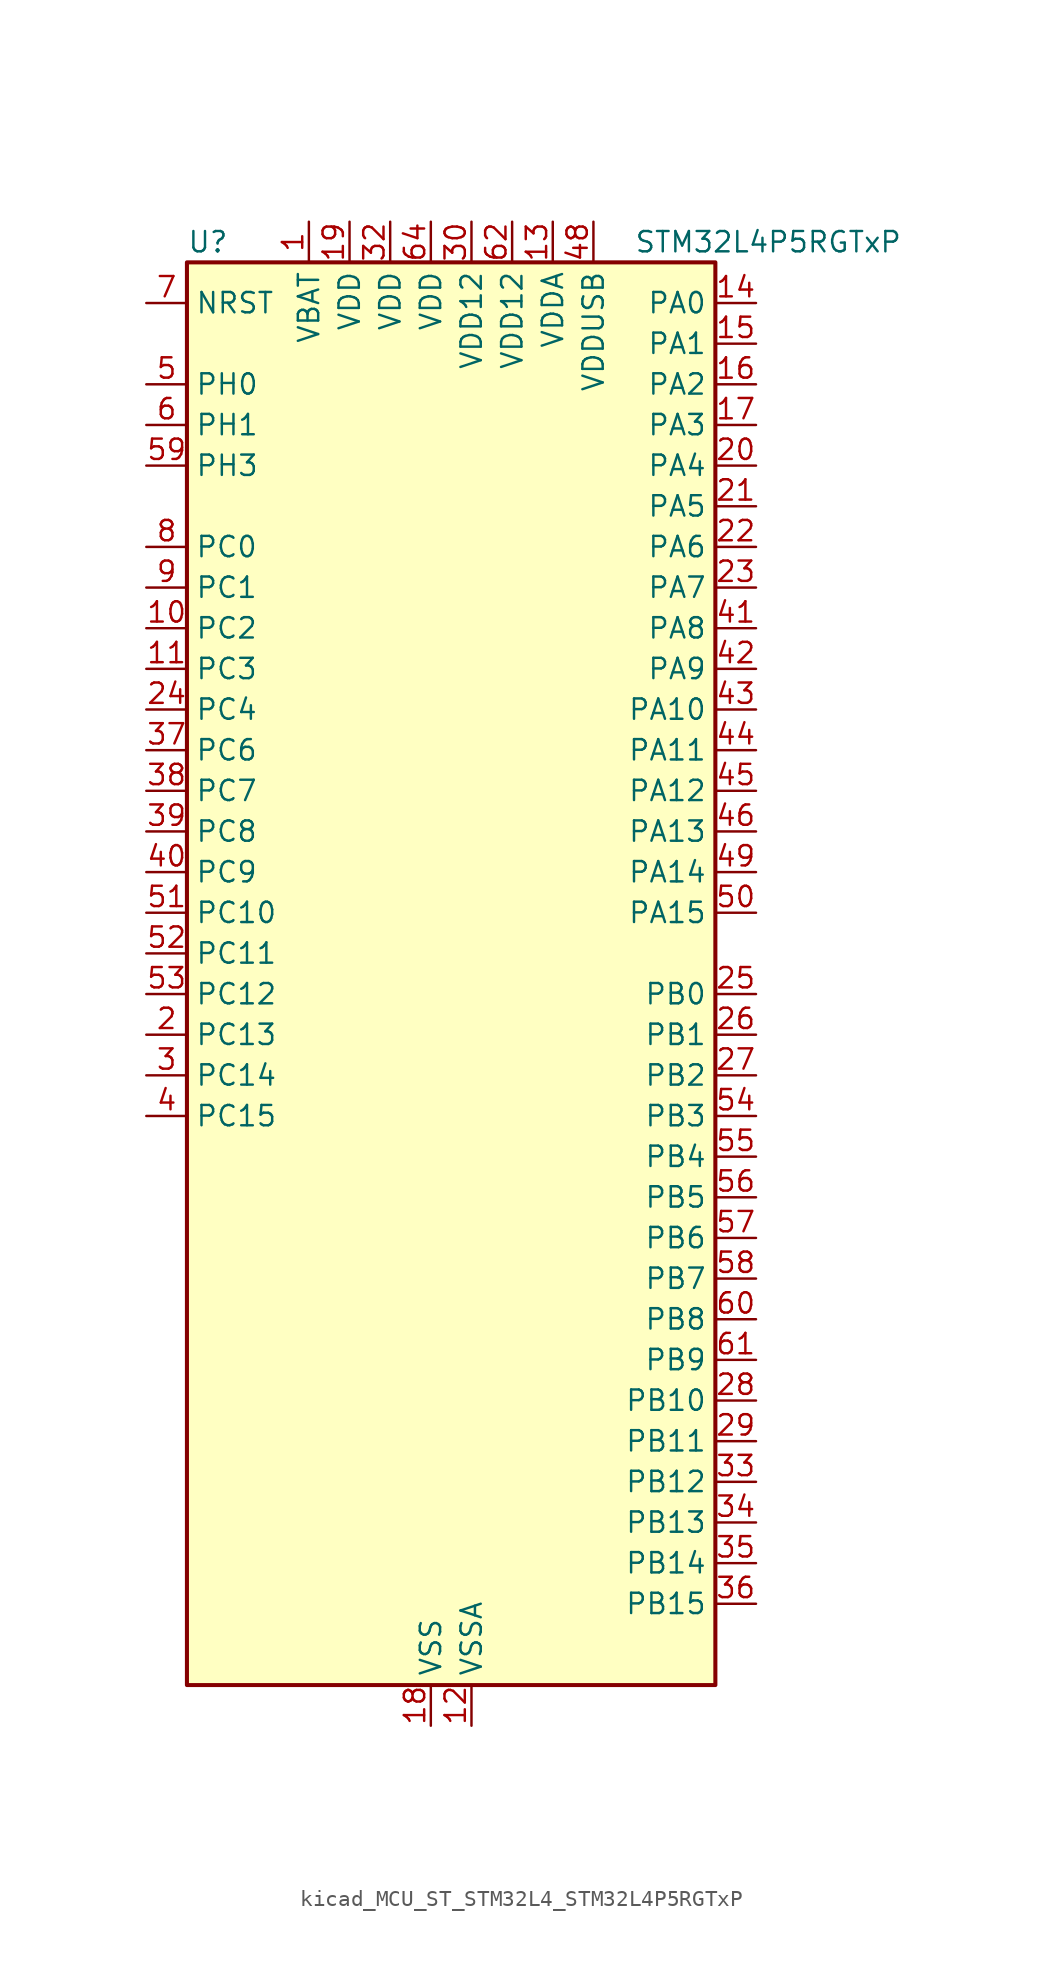
<source format=kicad_sym>
(kicad_symbol_lib
  (version 20220914)
  (generator kicad_symbol_editor)
  (symbol "kicad_MCU_ST_STM32L4_STM32L4P5RGTxP"
    (property "Reference" "U"
      (at -15.24 46.99 0)
      (effects (font (size 1.27 1.27)) (justify left)))
    (property "Value" "STM32L4P5RGTxP"
      (at 12.7 46.99 0)
      (effects (font (size 1.27 1.27)) (justify left)))
    (property "ki_locked" ""
      (at 0 0 0)
      (effects (font (size 1.27 1.27))))
    (symbol "kicad_MCU_ST_STM32L4_STM32L4P5RGTxP_0_1"
      (rectangle (start -15.24 -43.18) (end 17.78 45.72) (stroke (width 0.254) (type default)) (fill (type background))))
    (symbol "kicad_MCU_ST_STM32L4_STM32L4P5RGTxP_1_1"
      (pin power_in line (at -7.62 48.26 270) (length 2.54) (name "VBAT" (effects (font (size 1.27 1.27)))) (number "1" (effects (font (size 1.27 1.27)))))
      (pin bidirectional line (at -17.78 22.86 0) (length 2.54) (name "PC2" (effects (font (size 1.27 1.27)))) (number "10" (effects (font (size 1.27 1.27)))) (alternate "ADC1_IN3" bidirectional line) (alternate "ADC2_IN3" bidirectional line) (alternate "DFSDM1_CKOUT" bidirectional line) (alternate "LPTIM1_IN2" bidirectional line) (alternate "LTDC_HSYNC" bidirectional line) (alternate "OCTOSPIM_P1_IO5" bidirectional line) (alternate "SPI2_MISO" bidirectional line))
      (pin bidirectional line (at -17.78 20.32 0) (length 2.54) (name "PC3" (effects (font (size 1.27 1.27)))) (number "11" (effects (font (size 1.27 1.27)))) (alternate "ADC1_IN4" bidirectional line) (alternate "ADC2_IN4" bidirectional line) (alternate "LPTIM1_ETR" bidirectional line) (alternate "LPTIM2_ETR" bidirectional line) (alternate "OCTOSPIM_P1_IO6" bidirectional line) (alternate "SAI1_D1" bidirectional line) (alternate "SAI1_SD_A" bidirectional line) (alternate "SPI2_MOSI" bidirectional line))
      (pin power_in line (at 2.54 -45.72 90) (length 2.54) (name "VSSA" (effects (font (size 1.27 1.27)))) (number "12" (effects (font (size 1.27 1.27)))))
      (pin power_in line (at 7.62 48.26 270) (length 2.54) (name "VDDA" (effects (font (size 1.27 1.27)))) (number "13" (effects (font (size 1.27 1.27)))))
      (pin bidirectional line (at 20.32 43.18 180) (length 2.54) (name "PA0" (effects (font (size 1.27 1.27)))) (number "14" (effects (font (size 1.27 1.27)))) (alternate "ADC1_IN5" bidirectional line) (alternate "ADC2_IN5" bidirectional line) (alternate "OPAMP1_VINP" bidirectional line) (alternate "RTC_TAMP2" bidirectional line) (alternate "SAI1_EXTCLK" bidirectional line) (alternate "SYS_WKUP1" bidirectional line) (alternate "TIM2_CH1" bidirectional line) (alternate "TIM2_ETR" bidirectional line) (alternate "TIM5_CH1" bidirectional line) (alternate "TIM8_ETR" bidirectional line) (alternate "UART4_TX" bidirectional line) (alternate "USART2_CTS" bidirectional line) (alternate "USART2_NSS" bidirectional line))
      (pin bidirectional line (at 20.32 40.64 180) (length 2.54) (name "PA1" (effects (font (size 1.27 1.27)))) (number "15" (effects (font (size 1.27 1.27)))) (alternate "ADC1_IN6" bidirectional line) (alternate "ADC2_IN6" bidirectional line) (alternate "I2C1_SMBA" bidirectional line) (alternate "OCTOSPIM_P1_DQS" bidirectional line) (alternate "OPAMP1_VINM" bidirectional line) (alternate "SDMMC2_CMD" bidirectional line) (alternate "SPI1_SCK" bidirectional line) (alternate "TIM15_CH1N" bidirectional line) (alternate "TIM2_CH2" bidirectional line) (alternate "TIM5_CH2" bidirectional line) (alternate "UART4_RX" bidirectional line) (alternate "USART2_DE" bidirectional line) (alternate "USART2_RTS" bidirectional line))
      (pin bidirectional line (at 20.32 38.1 180) (length 2.54) (name "PA2" (effects (font (size 1.27 1.27)))) (number "16" (effects (font (size 1.27 1.27)))) (alternate "ADC1_IN7" bidirectional line) (alternate "ADC2_IN7" bidirectional line) (alternate "LPUART1_TX" bidirectional line) (alternate "OCTOSPIM_P1_NCS" bidirectional line) (alternate "RCC_LSCO" bidirectional line) (alternate "SAI2_EXTCLK" bidirectional line) (alternate "SYS_WKUP4" bidirectional line) (alternate "TIM15_CH1" bidirectional line) (alternate "TIM2_CH3" bidirectional line) (alternate "TIM5_CH3" bidirectional line) (alternate "USART2_TX" bidirectional line))
      (pin bidirectional line (at 20.32 35.56 180) (length 2.54) (name "PA3" (effects (font (size 1.27 1.27)))) (number "17" (effects (font (size 1.27 1.27)))) (alternate "ADC1_IN8" bidirectional line) (alternate "ADC2_IN8" bidirectional line) (alternate "LPUART1_RX" bidirectional line) (alternate "OCTOSPIM_P1_CLK" bidirectional line) (alternate "OPAMP1_VOUT" bidirectional line) (alternate "SAI1_CK1" bidirectional line) (alternate "SAI1_MCLK_A" bidirectional line) (alternate "TIM15_CH2" bidirectional line) (alternate "TIM2_CH4" bidirectional line) (alternate "TIM5_CH4" bidirectional line) (alternate "USART2_RX" bidirectional line))
      (pin power_in line (at 0 -45.72 90) (length 2.54) (name "VSS" (effects (font (size 1.27 1.27)))) (number "18" (effects (font (size 1.27 1.27)))))
      (pin power_in line (at -5.08 48.26 270) (length 2.54) (name "VDD" (effects (font (size 1.27 1.27)))) (number "19" (effects (font (size 1.27 1.27)))))
      (pin bidirectional line (at -17.78 -2.54 0) (length 2.54) (name "PC13" (effects (font (size 1.27 1.27)))) (number "2" (effects (font (size 1.27 1.27)))) (alternate "RTC_OUT1" bidirectional line) (alternate "RTC_TAMP1" bidirectional line) (alternate "RTC_TS" bidirectional line) (alternate "SYS_WKUP2" bidirectional line))
      (pin bidirectional line (at 20.32 33.02 180) (length 2.54) (name "PA4" (effects (font (size 1.27 1.27)))) (number "20" (effects (font (size 1.27 1.27)))) (alternate "ADC1_IN9" bidirectional line) (alternate "ADC2_IN9" bidirectional line) (alternate "DAC1_OUT1" bidirectional line) (alternate "DCMI_HSYNC" bidirectional line) (alternate "LPTIM2_OUT" bidirectional line) (alternate "LTDC_CLK" bidirectional line) (alternate "OCTOSPIM_P1_NCS" bidirectional line) (alternate "PSSI_DE" bidirectional line) (alternate "SAI1_FS_B" bidirectional line) (alternate "SPI1_NSS" bidirectional line) (alternate "SPI3_NSS" bidirectional line) (alternate "USART2_CK" bidirectional line))
      (pin bidirectional line (at 20.32 30.48 180) (length 2.54) (name "PA5" (effects (font (size 1.27 1.27)))) (number "21" (effects (font (size 1.27 1.27)))) (alternate "ADC1_IN10" bidirectional line) (alternate "ADC2_IN10" bidirectional line) (alternate "DAC1_OUT2" bidirectional line) (alternate "LPTIM2_ETR" bidirectional line) (alternate "LTDC_R7" bidirectional line) (alternate "PSSI_D14" bidirectional line) (alternate "SPI1_SCK" bidirectional line) (alternate "TIM2_CH1" bidirectional line) (alternate "TIM2_ETR" bidirectional line) (alternate "TIM8_CH1N" bidirectional line))
      (pin bidirectional line (at 20.32 27.94 180) (length 2.54) (name "PA6" (effects (font (size 1.27 1.27)))) (number "22" (effects (font (size 1.27 1.27)))) (alternate "ADC1_IN11" bidirectional line) (alternate "ADC2_IN11" bidirectional line) (alternate "DCMI_PIXCLK" bidirectional line) (alternate "LPUART1_CTS" bidirectional line) (alternate "OCTOSPIM_P1_IO3" bidirectional line) (alternate "OPAMP2_VINP" bidirectional line) (alternate "PSSI_PDCK" bidirectional line) (alternate "SPI1_MISO" bidirectional line) (alternate "TIM16_CH1" bidirectional line) (alternate "TIM1_BKIN" bidirectional line) (alternate "TIM3_CH1" bidirectional line) (alternate "TIM8_BKIN" bidirectional line) (alternate "USART3_CTS" bidirectional line) (alternate "USART3_NSS" bidirectional line))
      (pin bidirectional line (at 20.32 25.4 180) (length 2.54) (name "PA7" (effects (font (size 1.27 1.27)))) (number "23" (effects (font (size 1.27 1.27)))) (alternate "ADC1_IN12" bidirectional line) (alternate "ADC2_IN12" bidirectional line) (alternate "I2C3_SCL" bidirectional line) (alternate "OCTOSPIM_P1_IO2" bidirectional line) (alternate "OPAMP2_VINM" bidirectional line) (alternate "SPI1_MOSI" bidirectional line) (alternate "TIM17_CH1" bidirectional line) (alternate "TIM1_CH1N" bidirectional line) (alternate "TIM3_CH2" bidirectional line) (alternate "TIM8_CH1N" bidirectional line))
      (pin bidirectional line (at -17.78 17.78 0) (length 2.54) (name "PC4" (effects (font (size 1.27 1.27)))) (number "24" (effects (font (size 1.27 1.27)))) (alternate "ADC1_IN13" bidirectional line) (alternate "ADC2_IN13" bidirectional line) (alternate "COMP1_INM" bidirectional line) (alternate "OCTOSPIM_P1_IO7" bidirectional line) (alternate "OCTOSPIM_P2_NCS" bidirectional line) (alternate "USART3_TX" bidirectional line))
      (pin bidirectional line (at 20.32 0 180) (length 2.54) (name "PB0" (effects (font (size 1.27 1.27)))) (number "25" (effects (font (size 1.27 1.27)))) (alternate "ADC1_IN15" bidirectional line) (alternate "ADC2_IN15" bidirectional line) (alternate "COMP1_OUT" bidirectional line) (alternate "LTDC_B6" bidirectional line) (alternate "OCTOSPIM_P1_IO1" bidirectional line) (alternate "OPAMP2_VOUT" bidirectional line) (alternate "SAI1_EXTCLK" bidirectional line) (alternate "SPI1_NSS" bidirectional line) (alternate "TIM1_CH2N" bidirectional line) (alternate "TIM3_CH3" bidirectional line) (alternate "TIM8_CH2N" bidirectional line) (alternate "USART3_CK" bidirectional line))
      (pin bidirectional line (at 20.32 -2.54 180) (length 2.54) (name "PB1" (effects (font (size 1.27 1.27)))) (number "26" (effects (font (size 1.27 1.27)))) (alternate "ADC1_IN16" bidirectional line) (alternate "ADC2_IN16" bidirectional line) (alternate "COMP1_INM" bidirectional line) (alternate "DFSDM1_DATIN0" bidirectional line) (alternate "LPTIM2_IN1" bidirectional line) (alternate "LPUART1_DE" bidirectional line) (alternate "LPUART1_RTS" bidirectional line) (alternate "LTDC_G6" bidirectional line) (alternate "OCTOSPIM_P1_IO0" bidirectional line) (alternate "TIM1_CH3N" bidirectional line) (alternate "TIM3_CH4" bidirectional line) (alternate "TIM8_CH3N" bidirectional line) (alternate "USART3_DE" bidirectional line) (alternate "USART3_RTS" bidirectional line))
      (pin bidirectional line (at 20.32 -5.08 180) (length 2.54) (name "PB2" (effects (font (size 1.27 1.27)))) (number "27" (effects (font (size 1.27 1.27)))) (alternate "COMP1_INP" bidirectional line) (alternate "DFSDM1_CKIN0" bidirectional line) (alternate "I2C3_SMBA" bidirectional line) (alternate "LPTIM1_OUT" bidirectional line) (alternate "OCTOSPIM_P1_DQS" bidirectional line) (alternate "RTC_OUT2" bidirectional line))
      (pin bidirectional line (at 20.32 -25.4 180) (length 2.54) (name "PB10" (effects (font (size 1.27 1.27)))) (number "28" (effects (font (size 1.27 1.27)))) (alternate "COMP1_OUT" bidirectional line) (alternate "I2C2_SCL" bidirectional line) (alternate "I2C4_SCL" bidirectional line) (alternate "LPUART1_RX" bidirectional line) (alternate "OCTOSPIM_P1_CLK" bidirectional line) (alternate "OCTOSPIM_P1_IO3" bidirectional line) (alternate "SAI1_SCK_A" bidirectional line) (alternate "SPI2_SCK" bidirectional line) (alternate "TIM2_CH3" bidirectional line) (alternate "TSC_SYNC" bidirectional line) (alternate "USART3_TX" bidirectional line))
      (pin bidirectional line (at 20.32 -27.94 180) (length 2.54) (name "PB11" (effects (font (size 1.27 1.27)))) (number "29" (effects (font (size 1.27 1.27)))) (alternate "ADC1_EXTI11" bidirectional line) (alternate "ADC2_EXTI11" bidirectional line) (alternate "COMP2_OUT" bidirectional line) (alternate "I2C2_SDA" bidirectional line) (alternate "I2C4_SDA" bidirectional line) (alternate "LPUART1_TX" bidirectional line) (alternate "LTDC_VSYNC" bidirectional line) (alternate "OCTOSPIM_P1_NCS" bidirectional line) (alternate "TIM2_CH4" bidirectional line) (alternate "USART3_RX" bidirectional line))
      (pin bidirectional line (at -17.78 -5.08 0) (length 2.54) (name "PC14" (effects (font (size 1.27 1.27)))) (number "3" (effects (font (size 1.27 1.27)))) (alternate "RCC_OSC32_IN" bidirectional line))
      (pin power_in line (at 2.54 48.26 270) (length 2.54) (name "VDD12" (effects (font (size 1.27 1.27)))) (number "30" (effects (font (size 1.27 1.27)))))
      (pin passive line (at 0 -45.72 90) (length 2.54) hide (name "VSS" (effects (font (size 1.27 1.27)))) (number "31" (effects (font (size 1.27 1.27)))))
      (pin power_in line (at -2.54 48.26 270) (length 2.54) (name "VDD" (effects (font (size 1.27 1.27)))) (number "32" (effects (font (size 1.27 1.27)))))
      (pin bidirectional line (at 20.32 -30.48 180) (length 2.54) (name "PB12" (effects (font (size 1.27 1.27)))) (number "33" (effects (font (size 1.27 1.27)))) (alternate "DFSDM1_DATIN1" bidirectional line) (alternate "I2C2_SMBA" bidirectional line) (alternate "LPUART1_DE" bidirectional line) (alternate "LPUART1_RTS" bidirectional line) (alternate "OCTOSPIM_P1_NCLK" bidirectional line) (alternate "SAI2_FS_A" bidirectional line) (alternate "SDMMC2_CK" bidirectional line) (alternate "SPI2_NSS" bidirectional line) (alternate "TIM15_BKIN" bidirectional line) (alternate "TIM1_BKIN" bidirectional line) (alternate "TSC_G1_IO1" bidirectional line) (alternate "USART3_CK" bidirectional line))
      (pin bidirectional line (at 20.32 -33.02 180) (length 2.54) (name "PB13" (effects (font (size 1.27 1.27)))) (number "34" (effects (font (size 1.27 1.27)))) (alternate "DFSDM1_CKIN1" bidirectional line) (alternate "I2C2_SCL" bidirectional line) (alternate "LPUART1_CTS" bidirectional line) (alternate "OCTOSPIM_P1_IO1" bidirectional line) (alternate "SAI2_SCK_A" bidirectional line) (alternate "SPI2_SCK" bidirectional line) (alternate "TIM15_CH1N" bidirectional line) (alternate "TIM1_CH1N" bidirectional line) (alternate "TSC_G1_IO2" bidirectional line) (alternate "USART3_CTS" bidirectional line) (alternate "USART3_NSS" bidirectional line))
      (pin bidirectional line (at 20.32 -35.56 180) (length 2.54) (name "PB14" (effects (font (size 1.27 1.27)))) (number "35" (effects (font (size 1.27 1.27)))) (alternate "DFSDM1_DATIN2" bidirectional line) (alternate "I2C2_SDA" bidirectional line) (alternate "OCTOSPIM_P1_IO6" bidirectional line) (alternate "SAI2_MCLK_A" bidirectional line) (alternate "SDMMC2_D0" bidirectional line) (alternate "SPI2_MISO" bidirectional line) (alternate "TIM15_CH1" bidirectional line) (alternate "TIM1_CH2N" bidirectional line) (alternate "TIM8_CH2N" bidirectional line) (alternate "TSC_G1_IO3" bidirectional line) (alternate "USART3_DE" bidirectional line) (alternate "USART3_RTS" bidirectional line))
      (pin bidirectional line (at 20.32 -38.1 180) (length 2.54) (name "PB15" (effects (font (size 1.27 1.27)))) (number "36" (effects (font (size 1.27 1.27)))) (alternate "ADC1_EXTI15" bidirectional line) (alternate "ADC2_EXTI15" bidirectional line) (alternate "DFSDM1_CKIN2" bidirectional line) (alternate "OCTOSPIM_P1_IO7" bidirectional line) (alternate "RTC_REFIN" bidirectional line) (alternate "SAI2_SD_A" bidirectional line) (alternate "SDMMC2_D1" bidirectional line) (alternate "SPI2_MOSI" bidirectional line) (alternate "TIM15_CH2" bidirectional line) (alternate "TIM1_CH3N" bidirectional line) (alternate "TIM8_CH3N" bidirectional line) (alternate "TSC_G1_IO4" bidirectional line))
      (pin bidirectional line (at -17.78 15.24 0) (length 2.54) (name "PC6" (effects (font (size 1.27 1.27)))) (number "37" (effects (font (size 1.27 1.27)))) (alternate "DCMI_D0" bidirectional line) (alternate "DFSDM1_CKIN3" bidirectional line) (alternate "LTDC_G7" bidirectional line) (alternate "PSSI_D0" bidirectional line) (alternate "SAI2_MCLK_A" bidirectional line) (alternate "SDMMC1_D0DIR" bidirectional line) (alternate "SDMMC1_D6" bidirectional line) (alternate "SDMMC2_D6" bidirectional line) (alternate "TIM3_CH1" bidirectional line) (alternate "TIM8_CH1" bidirectional line) (alternate "TSC_G4_IO1" bidirectional line))
      (pin bidirectional line (at -17.78 12.7 0) (length 2.54) (name "PC7" (effects (font (size 1.27 1.27)))) (number "38" (effects (font (size 1.27 1.27)))) (alternate "DCMI_D1" bidirectional line) (alternate "DFSDM1_DATIN3" bidirectional line) (alternate "LTDC_B6" bidirectional line) (alternate "PSSI_D1" bidirectional line) (alternate "SAI2_MCLK_B" bidirectional line) (alternate "SDMMC1_D123DIR" bidirectional line) (alternate "SDMMC1_D7" bidirectional line) (alternate "SDMMC2_D7" bidirectional line) (alternate "TIM3_CH2" bidirectional line) (alternate "TIM8_CH2" bidirectional line) (alternate "TSC_G4_IO2" bidirectional line))
      (pin bidirectional line (at -17.78 10.16 0) (length 2.54) (name "PC8" (effects (font (size 1.27 1.27)))) (number "39" (effects (font (size 1.27 1.27)))) (alternate "DCMI_D2" bidirectional line) (alternate "PSSI_D2" bidirectional line) (alternate "SDMMC1_D0" bidirectional line) (alternate "TIM3_CH3" bidirectional line) (alternate "TIM8_CH3" bidirectional line) (alternate "TSC_G4_IO3" bidirectional line))
      (pin bidirectional line (at -17.78 -7.62 0) (length 2.54) (name "PC15" (effects (font (size 1.27 1.27)))) (number "4" (effects (font (size 1.27 1.27)))) (alternate "ADC1_EXTI15" bidirectional line) (alternate "ADC2_EXTI15" bidirectional line) (alternate "RCC_OSC32_OUT" bidirectional line))
      (pin bidirectional line (at -17.78 7.62 0) (length 2.54) (name "PC9" (effects (font (size 1.27 1.27)))) (number "40" (effects (font (size 1.27 1.27)))) (alternate "DAC1_EXTI9" bidirectional line) (alternate "DCMI_D3" bidirectional line) (alternate "I2C3_SDA" bidirectional line) (alternate "PSSI_D3" bidirectional line) (alternate "SAI2_EXTCLK" bidirectional line) (alternate "SDMMC1_D1" bidirectional line) (alternate "SYS_TRACED0" bidirectional line) (alternate "TIM3_CH4" bidirectional line) (alternate "TIM8_BKIN2" bidirectional line) (alternate "TIM8_CH4" bidirectional line) (alternate "TSC_G4_IO4" bidirectional line) (alternate "USB_OTG_FS_NOE" bidirectional line))
      (pin bidirectional line (at 20.32 22.86 180) (length 2.54) (name "PA8" (effects (font (size 1.27 1.27)))) (number "41" (effects (font (size 1.27 1.27)))) (alternate "LPTIM2_OUT" bidirectional line) (alternate "LTDC_B7" bidirectional line) (alternate "RCC_MCO" bidirectional line) (alternate "SAI1_CK2" bidirectional line) (alternate "SAI1_SCK_A" bidirectional line) (alternate "TIM1_CH1" bidirectional line) (alternate "USART1_CK" bidirectional line) (alternate "USB_OTG_FS_SOF" bidirectional line))
      (pin bidirectional line (at 20.32 20.32 180) (length 2.54) (name "PA9" (effects (font (size 1.27 1.27)))) (number "42" (effects (font (size 1.27 1.27)))) (alternate "DAC1_EXTI9" bidirectional line) (alternate "DCMI_D0" bidirectional line) (alternate "LTDC_G7" bidirectional line) (alternate "PSSI_D0" bidirectional line) (alternate "SAI1_FS_A" bidirectional line) (alternate "SPI2_SCK" bidirectional line) (alternate "TIM15_BKIN" bidirectional line) (alternate "TIM1_CH2" bidirectional line) (alternate "USART1_TX" bidirectional line) (alternate "USB_OTG_FS_VBUS" bidirectional line))
      (pin bidirectional line (at 20.32 17.78 180) (length 2.54) (name "PA10" (effects (font (size 1.27 1.27)))) (number "43" (effects (font (size 1.27 1.27)))) (alternate "DCMI_D1" bidirectional line) (alternate "LTDC_G6" bidirectional line) (alternate "PSSI_D1" bidirectional line) (alternate "SAI1_D1" bidirectional line) (alternate "SAI1_SD_A" bidirectional line) (alternate "TIM17_BKIN" bidirectional line) (alternate "TIM1_CH3" bidirectional line) (alternate "USART1_RX" bidirectional line) (alternate "USB_OTG_FS_ID" bidirectional line))
      (pin bidirectional line (at 20.32 15.24 180) (length 2.54) (name "PA11" (effects (font (size 1.27 1.27)))) (number "44" (effects (font (size 1.27 1.27)))) (alternate "ADC1_EXTI11" bidirectional line) (alternate "ADC2_EXTI11" bidirectional line) (alternate "CAN1_RX" bidirectional line) (alternate "LTDC_DE" bidirectional line) (alternate "SPI1_MISO" bidirectional line) (alternate "TIM1_BKIN2" bidirectional line) (alternate "TIM1_CH4" bidirectional line) (alternate "USART1_CTS" bidirectional line) (alternate "USART1_NSS" bidirectional line) (alternate "USB_OTG_FS_DM" bidirectional line))
      (pin bidirectional line (at 20.32 12.7 180) (length 2.54) (name "PA12" (effects (font (size 1.27 1.27)))) (number "45" (effects (font (size 1.27 1.27)))) (alternate "CAN1_TX" bidirectional line) (alternate "LTDC_VSYNC" bidirectional line) (alternate "OCTOSPIM_P2_NCS" bidirectional line) (alternate "SPI1_MOSI" bidirectional line) (alternate "TIM1_ETR" bidirectional line) (alternate "USART1_DE" bidirectional line) (alternate "USART1_RTS" bidirectional line) (alternate "USB_OTG_FS_DP" bidirectional line))
      (pin bidirectional line (at 20.32 10.16 180) (length 2.54) (name "PA13" (effects (font (size 1.27 1.27)))) (number "46" (effects (font (size 1.27 1.27)))) (alternate "IR_OUT" bidirectional line) (alternate "SAI1_SD_B" bidirectional line) (alternate "SYS_JTMS-SWDIO" bidirectional line) (alternate "USB_OTG_FS_NOE" bidirectional line))
      (pin passive line (at 0 -45.72 90) (length 2.54) hide (name "VSS" (effects (font (size 1.27 1.27)))) (number "47" (effects (font (size 1.27 1.27)))))
      (pin power_in line (at 10.16 48.26 270) (length 2.54) (name "VDDUSB" (effects (font (size 1.27 1.27)))) (number "48" (effects (font (size 1.27 1.27)))))
      (pin bidirectional line (at 20.32 7.62 180) (length 2.54) (name "PA14" (effects (font (size 1.27 1.27)))) (number "49" (effects (font (size 1.27 1.27)))) (alternate "I2C1_SMBA" bidirectional line) (alternate "I2C4_SMBA" bidirectional line) (alternate "LPTIM1_OUT" bidirectional line) (alternate "SAI1_FS_B" bidirectional line) (alternate "SYS_JTCK-SWCLK" bidirectional line) (alternate "USB_OTG_FS_SOF" bidirectional line))
      (pin bidirectional line (at -17.78 38.1 0) (length 2.54) (name "PH0" (effects (font (size 1.27 1.27)))) (number "5" (effects (font (size 1.27 1.27)))) (alternate "RCC_OSC_IN" bidirectional line))
      (pin bidirectional line (at 20.32 5.08 180) (length 2.54) (name "PA15" (effects (font (size 1.27 1.27)))) (number "50" (effects (font (size 1.27 1.27)))) (alternate "ADC1_EXTI15" bidirectional line) (alternate "ADC2_EXTI15" bidirectional line) (alternate "LTDC_HSYNC" bidirectional line) (alternate "SAI2_FS_B" bidirectional line) (alternate "SPI1_NSS" bidirectional line) (alternate "SPI3_NSS" bidirectional line) (alternate "SYS_JTDI" bidirectional line) (alternate "TIM2_CH1" bidirectional line) (alternate "TIM2_ETR" bidirectional line) (alternate "TSC_G3_IO1" bidirectional line) (alternate "UART4_DE" bidirectional line) (alternate "UART4_RTS" bidirectional line) (alternate "USART2_RX" bidirectional line) (alternate "USART3_DE" bidirectional line) (alternate "USART3_RTS" bidirectional line))
      (pin bidirectional line (at -17.78 5.08 0) (length 2.54) (name "PC10" (effects (font (size 1.27 1.27)))) (number "51" (effects (font (size 1.27 1.27)))) (alternate "DCMI_D8" bidirectional line) (alternate "DCMI_VSYNC" bidirectional line) (alternate "PSSI_D8" bidirectional line) (alternate "PSSI_RDY" bidirectional line) (alternate "SAI2_SCK_B" bidirectional line) (alternate "SDMMC1_D2" bidirectional line) (alternate "SPI3_SCK" bidirectional line) (alternate "SYS_TRACED1" bidirectional line) (alternate "TSC_G3_IO2" bidirectional line) (alternate "UART4_TX" bidirectional line) (alternate "USART3_TX" bidirectional line))
      (pin bidirectional line (at -17.78 2.54 0) (length 2.54) (name "PC11" (effects (font (size 1.27 1.27)))) (number "52" (effects (font (size 1.27 1.27)))) (alternate "ADC1_EXTI11" bidirectional line) (alternate "ADC2_EXTI11" bidirectional line) (alternate "DCMI_D2" bidirectional line) (alternate "DCMI_D4" bidirectional line) (alternate "OCTOSPIM_P1_NCS" bidirectional line) (alternate "PSSI_D2" bidirectional line) (alternate "PSSI_D4" bidirectional line) (alternate "SAI2_MCLK_B" bidirectional line) (alternate "SDMMC1_D3" bidirectional line) (alternate "SPI3_MISO" bidirectional line) (alternate "TSC_G3_IO3" bidirectional line) (alternate "UART4_RX" bidirectional line) (alternate "USART3_RX" bidirectional line))
      (pin bidirectional line (at -17.78 0 0) (length 2.54) (name "PC12" (effects (font (size 1.27 1.27)))) (number "53" (effects (font (size 1.27 1.27)))) (alternate "DCMI_D9" bidirectional line) (alternate "LTDC_R6" bidirectional line) (alternate "PSSI_D9" bidirectional line) (alternate "SAI2_SD_B" bidirectional line) (alternate "SDMMC1_CK" bidirectional line) (alternate "SPI3_MOSI" bidirectional line) (alternate "SYS_TRACED3" bidirectional line) (alternate "TSC_G3_IO4" bidirectional line) (alternate "USART3_CK" bidirectional line))
      (pin bidirectional line (at 20.32 -7.62 180) (length 2.54) (name "PB3" (effects (font (size 1.27 1.27)))) (number "54" (effects (font (size 1.27 1.27)))) (alternate "COMP2_INM" bidirectional line) (alternate "CRS_SYNC" bidirectional line) (alternate "OCTOSPIM_P1_IO4" bidirectional line) (alternate "SAI1_SCK_B" bidirectional line) (alternate "SDMMC2_D2" bidirectional line) (alternate "SPI1_SCK" bidirectional line) (alternate "SPI3_SCK" bidirectional line) (alternate "SYS_JTDO-SWO" bidirectional line) (alternate "TIM2_CH2" bidirectional line) (alternate "USART1_DE" bidirectional line) (alternate "USART1_RTS" bidirectional line))
      (pin bidirectional line (at 20.32 -10.16 180) (length 2.54) (name "PB4" (effects (font (size 1.27 1.27)))) (number "55" (effects (font (size 1.27 1.27)))) (alternate "COMP2_INP" bidirectional line) (alternate "DCMI_D12" bidirectional line) (alternate "I2C3_SDA" bidirectional line) (alternate "OCTOSPIM_P1_IO5" bidirectional line) (alternate "PSSI_D12" bidirectional line) (alternate "SAI1_MCLK_B" bidirectional line) (alternate "SDMMC2_D3" bidirectional line) (alternate "SPI1_MISO" bidirectional line) (alternate "SPI3_MISO" bidirectional line) (alternate "SYS_JTRST" bidirectional line) (alternate "TIM17_BKIN" bidirectional line) (alternate "TIM3_CH1" bidirectional line) (alternate "TSC_G2_IO1" bidirectional line) (alternate "USART1_CTS" bidirectional line) (alternate "USART1_NSS" bidirectional line))
      (pin bidirectional line (at 20.32 -12.7 180) (length 2.54) (name "PB5" (effects (font (size 1.27 1.27)))) (number "56" (effects (font (size 1.27 1.27)))) (alternate "COMP2_OUT" bidirectional line) (alternate "DCMI_D10" bidirectional line) (alternate "I2C1_SMBA" bidirectional line) (alternate "LPTIM1_IN1" bidirectional line) (alternate "OCTOSPIM_P1_IO0" bidirectional line) (alternate "PSSI_D10" bidirectional line) (alternate "SAI1_SD_B" bidirectional line) (alternate "SPI1_MOSI" bidirectional line) (alternate "SPI3_MOSI" bidirectional line) (alternate "TIM16_BKIN" bidirectional line) (alternate "TIM3_CH2" bidirectional line) (alternate "TSC_G2_IO2" bidirectional line) (alternate "USART1_CK" bidirectional line))
      (pin bidirectional line (at 20.32 -15.24 180) (length 2.54) (name "PB6" (effects (font (size 1.27 1.27)))) (number "57" (effects (font (size 1.27 1.27)))) (alternate "COMP2_INP" bidirectional line) (alternate "DCMI_D5" bidirectional line) (alternate "I2C1_SCL" bidirectional line) (alternate "I2C4_SCL" bidirectional line) (alternate "LPTIM1_ETR" bidirectional line) (alternate "LTDC_R6" bidirectional line) (alternate "PSSI_D5" bidirectional line) (alternate "SAI1_FS_B" bidirectional line) (alternate "TIM16_CH1N" bidirectional line) (alternate "TIM4_CH1" bidirectional line) (alternate "TIM8_BKIN2" bidirectional line) (alternate "TSC_G2_IO3" bidirectional line) (alternate "USART1_TX" bidirectional line))
      (pin bidirectional line (at 20.32 -17.78 180) (length 2.54) (name "PB7" (effects (font (size 1.27 1.27)))) (number "58" (effects (font (size 1.27 1.27)))) (alternate "COMP2_INM" bidirectional line) (alternate "DCMI_VSYNC" bidirectional line) (alternate "I2C1_SDA" bidirectional line) (alternate "I2C4_SDA" bidirectional line) (alternate "LPTIM1_IN2" bidirectional line) (alternate "LTDC_VSYNC" bidirectional line) (alternate "PSSI_RDY" bidirectional line) (alternate "SYS_PVD_IN" bidirectional line) (alternate "TIM17_CH1N" bidirectional line) (alternate "TIM4_CH2" bidirectional line) (alternate "TIM8_BKIN" bidirectional line) (alternate "TSC_G2_IO4" bidirectional line) (alternate "UART4_CTS" bidirectional line) (alternate "USART1_RX" bidirectional line))
      (pin bidirectional line (at -17.78 33.02 0) (length 2.54) (name "PH3" (effects (font (size 1.27 1.27)))) (number "59" (effects (font (size 1.27 1.27)))))
      (pin bidirectional line (at -17.78 35.56 0) (length 2.54) (name "PH1" (effects (font (size 1.27 1.27)))) (number "6" (effects (font (size 1.27 1.27)))) (alternate "RCC_OSC_OUT" bidirectional line))
      (pin bidirectional line (at 20.32 -20.32 180) (length 2.54) (name "PB8" (effects (font (size 1.27 1.27)))) (number "60" (effects (font (size 1.27 1.27)))) (alternate "CAN1_RX" bidirectional line) (alternate "DCMI_D6" bidirectional line) (alternate "DFSDM1_CKOUT" bidirectional line) (alternate "I2C1_SCL" bidirectional line) (alternate "LTDC_DE" bidirectional line) (alternate "PSSI_D6" bidirectional line) (alternate "SAI1_CK1" bidirectional line) (alternate "SAI1_MCLK_A" bidirectional line) (alternate "SDMMC1_CKIN" bidirectional line) (alternate "SDMMC1_D4" bidirectional line) (alternate "SDMMC2_D4" bidirectional line) (alternate "TIM16_CH1" bidirectional line) (alternate "TIM4_CH3" bidirectional line))
      (pin bidirectional line (at 20.32 -22.86 180) (length 2.54) (name "PB9" (effects (font (size 1.27 1.27)))) (number "61" (effects (font (size 1.27 1.27)))) (alternate "CAN1_TX" bidirectional line) (alternate "DAC1_EXTI9" bidirectional line) (alternate "DCMI_D7" bidirectional line) (alternate "I2C1_SDA" bidirectional line) (alternate "IR_OUT" bidirectional line) (alternate "PSSI_D7" bidirectional line) (alternate "SAI1_D2" bidirectional line) (alternate "SAI1_FS_A" bidirectional line) (alternate "SDMMC1_CDIR" bidirectional line) (alternate "SDMMC1_D5" bidirectional line) (alternate "SDMMC2_D5" bidirectional line) (alternate "SPI2_NSS" bidirectional line) (alternate "TIM17_CH1" bidirectional line) (alternate "TIM4_CH4" bidirectional line))
      (pin power_in line (at 5.08 48.26 270) (length 2.54) (name "VDD12" (effects (font (size 1.27 1.27)))) (number "62" (effects (font (size 1.27 1.27)))))
      (pin passive line (at 0 -45.72 90) (length 2.54) hide (name "VSS" (effects (font (size 1.27 1.27)))) (number "63" (effects (font (size 1.27 1.27)))))
      (pin power_in line (at 0 48.26 270) (length 2.54) (name "VDD" (effects (font (size 1.27 1.27)))) (number "64" (effects (font (size 1.27 1.27)))))
      (pin input line (at -17.78 43.18 0) (length 2.54) (name "NRST" (effects (font (size 1.27 1.27)))) (number "7" (effects (font (size 1.27 1.27)))))
      (pin bidirectional line (at -17.78 27.94 0) (length 2.54) (name "PC0" (effects (font (size 1.27 1.27)))) (number "8" (effects (font (size 1.27 1.27)))) (alternate "ADC1_IN1" bidirectional line) (alternate "ADC2_IN1" bidirectional line) (alternate "I2C3_SCL" bidirectional line) (alternate "LPTIM1_IN1" bidirectional line) (alternate "LPTIM2_IN1" bidirectional line) (alternate "LPUART1_RX" bidirectional line) (alternate "LTDC_DE" bidirectional line) (alternate "SAI2_FS_A" bidirectional line) (alternate "SDMMC1_CMD" bidirectional line) (alternate "SDMMC2_CKIN" bidirectional line))
      (pin bidirectional line (at -17.78 25.4 0) (length 2.54) (name "PC1" (effects (font (size 1.27 1.27)))) (number "9" (effects (font (size 1.27 1.27)))) (alternate "ADC1_IN2" bidirectional line) (alternate "ADC2_IN2" bidirectional line) (alternate "I2C3_SDA" bidirectional line) (alternate "LPTIM1_OUT" bidirectional line) (alternate "LPUART1_TX" bidirectional line) (alternate "OCTOSPIM_P1_IO4" bidirectional line) (alternate "SAI1_SD_A" bidirectional line) (alternate "SPI2_MOSI" bidirectional line) (alternate "SYS_TRACED0" bidirectional line)))))
</source>
